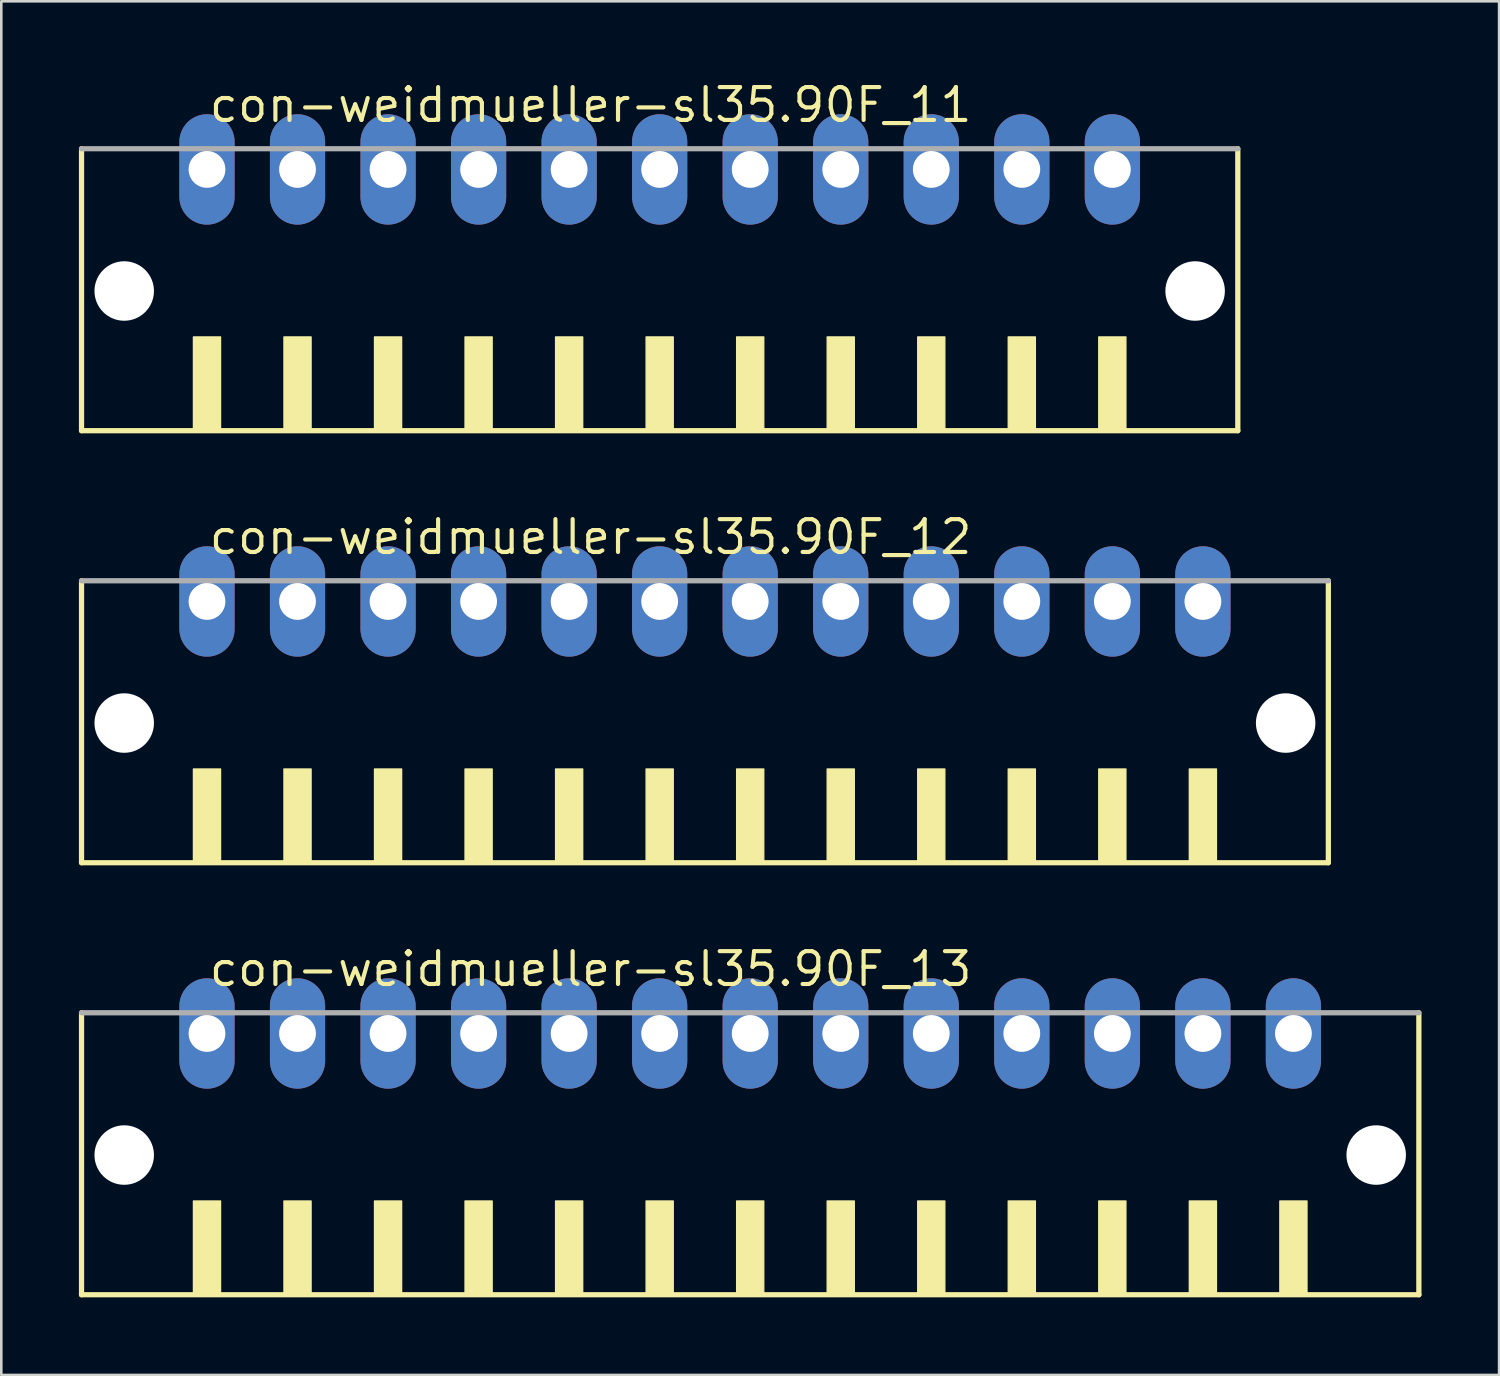
<source format=kicad_pcb>
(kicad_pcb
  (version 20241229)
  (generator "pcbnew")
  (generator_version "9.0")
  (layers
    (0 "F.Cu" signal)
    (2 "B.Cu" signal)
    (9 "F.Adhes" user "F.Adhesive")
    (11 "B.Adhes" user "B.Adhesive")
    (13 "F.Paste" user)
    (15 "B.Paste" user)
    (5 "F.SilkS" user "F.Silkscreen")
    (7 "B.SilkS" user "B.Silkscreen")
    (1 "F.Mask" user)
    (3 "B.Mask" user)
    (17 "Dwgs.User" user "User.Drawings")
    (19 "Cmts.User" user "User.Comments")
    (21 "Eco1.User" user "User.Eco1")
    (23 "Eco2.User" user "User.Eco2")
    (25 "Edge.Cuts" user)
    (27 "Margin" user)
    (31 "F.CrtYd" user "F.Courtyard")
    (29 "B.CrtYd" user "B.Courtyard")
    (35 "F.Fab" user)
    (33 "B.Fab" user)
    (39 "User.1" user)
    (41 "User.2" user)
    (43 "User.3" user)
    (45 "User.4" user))
  (footprint "con-weidmueller-sl35.90F_11"
    (layer "F.Cu")
    (at 22.452 8.75)
    (property "Reference" "con-weidmueller-sl35.90F_11" (at -17.5 -7 0) (layer "F.SilkS") (effects (font (size 1.27 1.27) (thickness 0.16)) (justify left bottom)))
    (attr through_hole)
    (fp_line (start -22.35 -6.05) (end -22.35 4.85) (stroke (width 0.203) (type default)) (layer "F.SilkS"))
    (fp_line (start -22.35 4.85) (end 22.35 4.85) (stroke (width 0.203) (type default)) (layer "F.SilkS"))
    (fp_line (start 22.35 4.85) (end 22.35 -6.05) (stroke (width 0.203) (type default)) (layer "F.SilkS"))
    (fp_rect (start -18.025 4.9) (end -16.975 1.225) (stroke (width 0.05) (type default)) (fill yes) (layer "F.SilkS"))
    (fp_rect (start -14.525 4.9) (end -13.475 1.225) (stroke (width 0.05) (type default)) (fill yes) (layer "F.SilkS"))
    (fp_rect (start -11.025 4.9) (end -9.975 1.225) (stroke (width 0.05) (type default)) (fill yes) (layer "F.SilkS"))
    (fp_rect (start -7.525 4.9) (end -6.475 1.225) (stroke (width 0.05) (type default)) (fill yes) (layer "F.SilkS"))
    (fp_rect (start -4.025 4.9) (end -2.975 1.225) (stroke (width 0.05) (type default)) (fill yes) (layer "F.SilkS"))
    (fp_rect (start -0.525 4.9) (end 0.525 1.225) (stroke (width 0.05) (type default)) (fill yes) (layer "F.SilkS"))
    (fp_rect (start 2.975 4.9) (end 4.025 1.225) (stroke (width 0.05) (type default)) (fill yes) (layer "F.SilkS"))
    (fp_rect (start 6.475 4.9) (end 7.525 1.225) (stroke (width 0.05) (type default)) (fill yes) (layer "F.SilkS"))
    (fp_rect (start 9.975 4.9) (end 11.025 1.225) (stroke (width 0.05) (type default)) (fill yes) (layer "F.SilkS"))
    (fp_rect (start 13.475 4.9) (end 14.525 1.225) (stroke (width 0.05) (type default)) (fill yes) (layer "F.SilkS"))
    (fp_rect (start 16.975 4.9) (end 18.025 1.225) (stroke (width 0.05) (type default)) (fill yes) (layer "F.SilkS"))
    (fp_line (start 22.35 -6.05) (end -22.35 -6.05) (stroke (width 0.203) (type default)) (layer "F.Fab"))
    (pad "" np_thru_hole circle (at -20.7 -0.55) (size 2.3 2.3) (drill 2.3) (layers "*.Cu" "*.Mask"))
    (pad "" np_thru_hole circle (at 20.7 -0.55) (size 2.3 2.3) (drill 2.3) (layers "*.Cu" "*.Mask"))
    (pad "1" thru_hole oval (at -17.5 -5.25 90) (size 4.267 2.134) (drill 1.422) (layers "*.Cu" "*.Mask"))
    (pad "2" thru_hole oval (at -14 -5.25 90) (size 4.267 2.134) (drill 1.422) (layers "*.Cu" "*.Mask"))
    (pad "3" thru_hole oval (at -10.5 -5.25 90) (size 4.267 2.134) (drill 1.422) (layers "*.Cu" "*.Mask"))
    (pad "4" thru_hole oval (at -7 -5.25 90) (size 4.267 2.134) (drill 1.422) (layers "*.Cu" "*.Mask"))
    (pad "5" thru_hole oval (at -3.5 -5.25 90) (size 4.267 2.134) (drill 1.422) (layers "*.Cu" "*.Mask"))
    (pad "6" thru_hole oval (at 0 -5.25 90) (size 4.267 2.134) (drill 1.422) (layers "*.Cu" "*.Mask"))
    (pad "7" thru_hole oval (at 3.5 -5.25 90) (size 4.267 2.134) (drill 1.422) (layers "*.Cu" "*.Mask"))
    (pad "8" thru_hole oval (at 7 -5.25 90) (size 4.267 2.134) (drill 1.422) (layers "*.Cu" "*.Mask"))
    (pad "9" thru_hole oval (at 10.5 -5.25 90) (size 4.267 2.134) (drill 1.422) (layers "*.Cu" "*.Mask"))
    (pad "10" thru_hole oval (at 14 -5.25 90) (size 4.267 2.134) (drill 1.422) (layers "*.Cu" "*.Mask"))
    (pad "11" thru_hole oval (at 17.5 -5.25 90) (size 4.267 2.134) (drill 1.422) (layers "*.Cu" "*.Mask")))
  (footprint "con-weidmueller-sl35.90F_13"
    (layer "F.Cu")
    (at 25.952 42.153)
    (property "Reference" "con-weidmueller-sl35.90F_13" (at -21 -7 0) (layer "F.SilkS") (effects (font (size 1.27 1.27) (thickness 0.16)) (justify left bottom)))
    (attr through_hole)
    (fp_line (start -25.85 -6.05) (end -25.85 4.85) (stroke (width 0.203) (type default)) (layer "F.SilkS"))
    (fp_line (start -25.85 4.85) (end 25.85 4.85) (stroke (width 0.203) (type default)) (layer "F.SilkS"))
    (fp_line (start 25.85 4.85) (end 25.85 -6.05) (stroke (width 0.203) (type default)) (layer "F.SilkS"))
    (fp_rect (start -21.525 4.9) (end -20.475 1.225) (stroke (width 0.05) (type default)) (fill yes) (layer "F.SilkS"))
    (fp_rect (start -18.025 4.9) (end -16.975 1.225) (stroke (width 0.05) (type default)) (fill yes) (layer "F.SilkS"))
    (fp_rect (start -14.525 4.9) (end -13.475 1.225) (stroke (width 0.05) (type default)) (fill yes) (layer "F.SilkS"))
    (fp_rect (start -11.025 4.9) (end -9.975 1.225) (stroke (width 0.05) (type default)) (fill yes) (layer "F.SilkS"))
    (fp_rect (start -7.525 4.9) (end -6.475 1.225) (stroke (width 0.05) (type default)) (fill yes) (layer "F.SilkS"))
    (fp_rect (start -4.025 4.9) (end -2.975 1.225) (stroke (width 0.05) (type default)) (fill yes) (layer "F.SilkS"))
    (fp_rect (start -0.525 4.9) (end 0.525 1.225) (stroke (width 0.05) (type default)) (fill yes) (layer "F.SilkS"))
    (fp_rect (start 2.975 4.9) (end 4.025 1.225) (stroke (width 0.05) (type default)) (fill yes) (layer "F.SilkS"))
    (fp_rect (start 6.475 4.9) (end 7.525 1.225) (stroke (width 0.05) (type default)) (fill yes) (layer "F.SilkS"))
    (fp_rect (start 9.975 4.9) (end 11.025 1.225) (stroke (width 0.05) (type default)) (fill yes) (layer "F.SilkS"))
    (fp_rect (start 13.475 4.9) (end 14.525 1.225) (stroke (width 0.05) (type default)) (fill yes) (layer "F.SilkS"))
    (fp_rect (start 16.975 4.9) (end 18.025 1.225) (stroke (width 0.05) (type default)) (fill yes) (layer "F.SilkS"))
    (fp_rect (start 20.475 4.9) (end 21.525 1.225) (stroke (width 0.05) (type default)) (fill yes) (layer "F.SilkS"))
    (fp_line (start 25.85 -6.05) (end -25.85 -6.05) (stroke (width 0.203) (type default)) (layer "F.Fab"))
    (pad "" np_thru_hole circle (at -24.2 -0.55) (size 2.3 2.3) (drill 2.3) (layers "*.Cu" "*.Mask"))
    (pad "" np_thru_hole circle (at 24.2 -0.55) (size 2.3 2.3) (drill 2.3) (layers "*.Cu" "*.Mask"))
    (pad "1" thru_hole oval (at -21 -5.25 90) (size 4.267 2.134) (drill 1.422) (layers "*.Cu" "*.Mask"))
    (pad "2" thru_hole oval (at -17.5 -5.25 90) (size 4.267 2.134) (drill 1.422) (layers "*.Cu" "*.Mask"))
    (pad "3" thru_hole oval (at -14 -5.25 90) (size 4.267 2.134) (drill 1.422) (layers "*.Cu" "*.Mask"))
    (pad "4" thru_hole oval (at -10.5 -5.25 90) (size 4.267 2.134) (drill 1.422) (layers "*.Cu" "*.Mask"))
    (pad "5" thru_hole oval (at -7 -5.25 90) (size 4.267 2.134) (drill 1.422) (layers "*.Cu" "*.Mask"))
    (pad "6" thru_hole oval (at -3.5 -5.25 90) (size 4.267 2.134) (drill 1.422) (layers "*.Cu" "*.Mask"))
    (pad "7" thru_hole oval (at 0 -5.25 90) (size 4.267 2.134) (drill 1.422) (layers "*.Cu" "*.Mask"))
    (pad "8" thru_hole oval (at 3.5 -5.25 90) (size 4.267 2.134) (drill 1.422) (layers "*.Cu" "*.Mask"))
    (pad "9" thru_hole oval (at 7 -5.25 90) (size 4.267 2.134) (drill 1.422) (layers "*.Cu" "*.Mask"))
    (pad "10" thru_hole oval (at 10.5 -5.25 90) (size 4.267 2.134) (drill 1.422) (layers "*.Cu" "*.Mask"))
    (pad "11" thru_hole oval (at 14 -5.25 90) (size 4.267 2.134) (drill 1.422) (layers "*.Cu" "*.Mask"))
    (pad "12" thru_hole oval (at 17.5 -5.25 90) (size 4.267 2.134) (drill 1.422) (layers "*.Cu" "*.Mask"))
    (pad "13" thru_hole oval (at 21 -5.25 90) (size 4.267 2.134) (drill 1.422) (layers "*.Cu" "*.Mask")))
  (footprint "con-weidmueller-sl35.90F_12"
    (layer "F.Cu")
    (at 24.202 25.452)
    (property "Reference" "con-weidmueller-sl35.90F_12" (at -19.25 -7 0) (layer "F.SilkS") (effects (font (size 1.27 1.27) (thickness 0.16)) (justify left bottom)))
    (attr through_hole)
    (fp_line (start -24.1 -6.05) (end -24.1 4.85) (stroke (width 0.203) (type default)) (layer "F.SilkS"))
    (fp_line (start -24.1 4.85) (end 24.1 4.85) (stroke (width 0.203) (type default)) (layer "F.SilkS"))
    (fp_line (start 24.1 4.85) (end 24.1 -6.05) (stroke (width 0.203) (type default)) (layer "F.SilkS"))
    (fp_rect (start -19.775 4.9) (end -18.725 1.225) (stroke (width 0.05) (type default)) (fill yes) (layer "F.SilkS"))
    (fp_rect (start -16.275 4.9) (end -15.225 1.225) (stroke (width 0.05) (type default)) (fill yes) (layer "F.SilkS"))
    (fp_rect (start -12.775 4.9) (end -11.725 1.225) (stroke (width 0.05) (type default)) (fill yes) (layer "F.SilkS"))
    (fp_rect (start -9.275 4.9) (end -8.225 1.225) (stroke (width 0.05) (type default)) (fill yes) (layer "F.SilkS"))
    (fp_rect (start -5.775 4.9) (end -4.725 1.225) (stroke (width 0.05) (type default)) (fill yes) (layer "F.SilkS"))
    (fp_rect (start -2.275 4.9) (end -1.225 1.225) (stroke (width 0.05) (type default)) (fill yes) (layer "F.SilkS"))
    (fp_rect (start 1.225 4.9) (end 2.275 1.225) (stroke (width 0.05) (type default)) (fill yes) (layer "F.SilkS"))
    (fp_rect (start 4.725 4.9) (end 5.775 1.225) (stroke (width 0.05) (type default)) (fill yes) (layer "F.SilkS"))
    (fp_rect (start 8.225 4.9) (end 9.275 1.225) (stroke (width 0.05) (type default)) (fill yes) (layer "F.SilkS"))
    (fp_rect (start 11.725 4.9) (end 12.775 1.225) (stroke (width 0.05) (type default)) (fill yes) (layer "F.SilkS"))
    (fp_rect (start 15.225 4.9) (end 16.275 1.225) (stroke (width 0.05) (type default)) (fill yes) (layer "F.SilkS"))
    (fp_rect (start 18.725 4.9) (end 19.775 1.225) (stroke (width 0.05) (type default)) (fill yes) (layer "F.SilkS"))
    (fp_line (start 24.1 -6.05) (end -24.1 -6.05) (stroke (width 0.203) (type default)) (layer "F.Fab"))
    (pad "" np_thru_hole circle (at -22.45 -0.55) (size 2.3 2.3) (drill 2.3) (layers "*.Cu" "*.Mask"))
    (pad "" np_thru_hole circle (at 22.45 -0.55) (size 2.3 2.3) (drill 2.3) (layers "*.Cu" "*.Mask"))
    (pad "1" thru_hole oval (at -19.25 -5.25 90) (size 4.267 2.134) (drill 1.422) (layers "*.Cu" "*.Mask"))
    (pad "2" thru_hole oval (at -15.75 -5.25 90) (size 4.267 2.134) (drill 1.422) (layers "*.Cu" "*.Mask"))
    (pad "3" thru_hole oval (at -12.25 -5.25 90) (size 4.267 2.134) (drill 1.422) (layers "*.Cu" "*.Mask"))
    (pad "4" thru_hole oval (at -8.75 -5.25 90) (size 4.267 2.134) (drill 1.422) (layers "*.Cu" "*.Mask"))
    (pad "5" thru_hole oval (at -5.25 -5.25 90) (size 4.267 2.134) (drill 1.422) (layers "*.Cu" "*.Mask"))
    (pad "6" thru_hole oval (at -1.75 -5.25 90) (size 4.267 2.134) (drill 1.422) (layers "*.Cu" "*.Mask"))
    (pad "7" thru_hole oval (at 1.75 -5.25 90) (size 4.267 2.134) (drill 1.422) (layers "*.Cu" "*.Mask"))
    (pad "8" thru_hole oval (at 5.25 -5.25 90) (size 4.267 2.134) (drill 1.422) (layers "*.Cu" "*.Mask"))
    (pad "9" thru_hole oval (at 8.75 -5.25 90) (size 4.267 2.134) (drill 1.422) (layers "*.Cu" "*.Mask"))
    (pad "10" thru_hole oval (at 12.25 -5.25 90) (size 4.267 2.134) (drill 1.422) (layers "*.Cu" "*.Mask"))
    (pad "11" thru_hole oval (at 15.75 -5.25 90) (size 4.267 2.134) (drill 1.422) (layers "*.Cu" "*.Mask"))
    (pad "12" thru_hole oval (at 19.25 -5.25 90) (size 4.267 2.134) (drill 1.422) (layers "*.Cu" "*.Mask")))
  (gr_rect
    (start -3 -3)
    (end 54.903 50.105)
    (stroke (width 0.1) (type default))
    (fill no)
    (layer "Edge.Cuts")))
</source>
